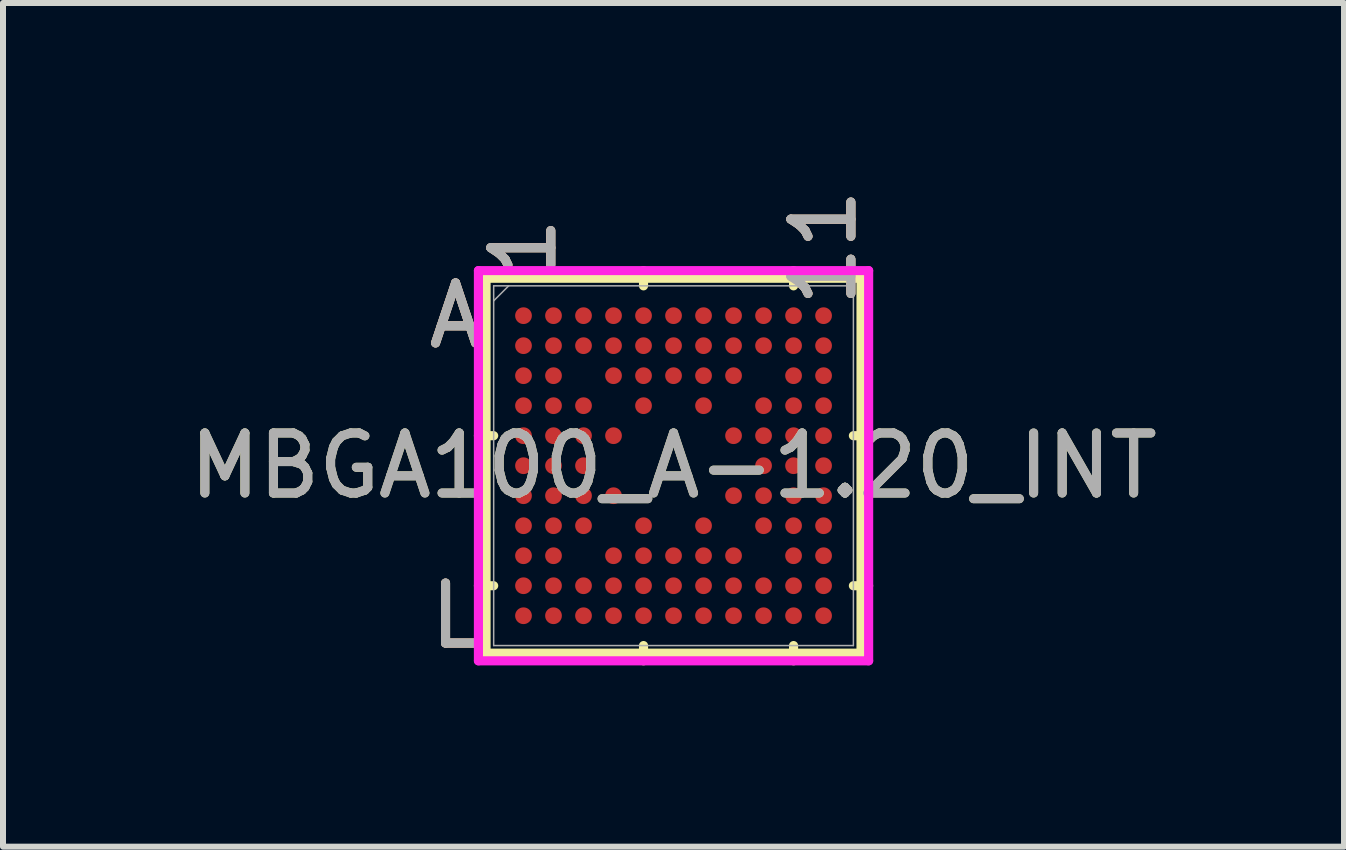
<source format=kicad_pcb>
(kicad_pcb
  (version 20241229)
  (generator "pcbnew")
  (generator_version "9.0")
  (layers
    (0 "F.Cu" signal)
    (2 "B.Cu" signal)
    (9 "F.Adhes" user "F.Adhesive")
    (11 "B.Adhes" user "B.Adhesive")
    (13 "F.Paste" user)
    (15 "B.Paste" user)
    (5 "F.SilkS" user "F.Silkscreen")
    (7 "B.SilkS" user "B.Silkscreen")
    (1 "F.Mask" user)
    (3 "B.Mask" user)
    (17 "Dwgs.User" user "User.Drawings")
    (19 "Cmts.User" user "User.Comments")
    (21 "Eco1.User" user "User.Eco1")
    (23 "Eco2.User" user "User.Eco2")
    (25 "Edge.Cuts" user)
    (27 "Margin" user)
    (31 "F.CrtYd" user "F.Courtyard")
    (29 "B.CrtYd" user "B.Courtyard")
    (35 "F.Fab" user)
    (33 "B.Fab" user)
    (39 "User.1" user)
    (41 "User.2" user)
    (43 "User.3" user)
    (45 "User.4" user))
  (footprint "MBGA100_A-1.20_INT"
    (layer "F.Cu")
    (at 8.173 4.71)
    (property "Reference" "MBGA100_A-1.20_INT" (at 0 0 0) (unlocked yes) (layer "F.SilkS") (effects (font (size 1 1) (thickness 0.15))))
    (attr smd)
    (fp_line (start -3.124 -3.124) (end -3.124 3.124) (stroke (width 0.152) (type solid)) (layer "F.SilkS"))
    (fp_line (start -3.124 3.124) (end 3.124 3.124) (stroke (width 0.152) (type solid)) (layer "F.SilkS"))
    (fp_line (start -2.997 -0.5) (end -3.251 -0.5) (stroke (width 0.152) (type solid)) (layer "F.SilkS"))
    (fp_line (start -2.997 2) (end -3.251 2) (stroke (width 0.152) (type solid)) (layer "F.SilkS"))
    (fp_line (start -0.5 -2.997) (end -0.5 -3.251) (stroke (width 0.152) (type solid)) (layer "F.SilkS"))
    (fp_line (start -0.5 2.997) (end -0.5 3.251) (stroke (width 0.152) (type solid)) (layer "F.SilkS"))
    (fp_line (start 2 -2.997) (end 2 -3.251) (stroke (width 0.152) (type solid)) (layer "F.SilkS"))
    (fp_line (start 2 2.997) (end 2 3.251) (stroke (width 0.152) (type solid)) (layer "F.SilkS"))
    (fp_line (start 2.997 -0.5) (end 3.251 -0.5) (stroke (width 0.152) (type solid)) (layer "F.SilkS"))
    (fp_line (start 2.997 2) (end 3.251 2) (stroke (width 0.152) (type solid)) (layer "F.SilkS"))
    (fp_line (start 3.124 -3.124) (end -3.124 -3.124) (stroke (width 0.152) (type solid)) (layer "F.SilkS"))
    (fp_line (start 3.124 3.124) (end 3.124 -3.124) (stroke (width 0.152) (type solid)) (layer "F.SilkS"))
    (fp_line (start -3.251 -3.251) (end 3.251 -3.251) (stroke (width 0.152) (type solid)) (layer "F.CrtYd"))
    (fp_line (start -3.251 3.251) (end -3.251 -3.251) (stroke (width 0.152) (type solid)) (layer "F.CrtYd"))
    (fp_line (start 3.251 -3.251) (end 3.251 3.251) (stroke (width 0.152) (type solid)) (layer "F.CrtYd"))
    (fp_line (start 3.251 3.251) (end -3.251 3.251) (stroke (width 0.152) (type solid)) (layer "F.CrtYd"))
    (fp_line (start -2.997 -2.997) (end -2.997 2.997) (stroke (width 0.025) (type solid)) (layer "F.Fab"))
    (fp_line (start -2.997 2.997) (end 2.997 2.997) (stroke (width 0.025) (type solid)) (layer "F.Fab"))
    (fp_line (start -2.747 -2.997) (end -2.997 -2.747) (stroke (width 0.025) (type solid)) (layer "F.Fab"))
    (fp_line (start 2.997 -2.997) (end -2.997 -2.997) (stroke (width 0.025) (type solid)) (layer "F.Fab"))
    (fp_line (start 2.997 2.997) (end 2.997 -2.997) (stroke (width 0.025) (type solid)) (layer "F.Fab"))
    (fp_text user "11" (at 2.5 -3.632 90) (unlocked yes) (layer "F.SilkS") (effects (font (size 1 1) (thickness 0.15))))
    (fp_text user "1" (at -2.5 -3.632 90) (unlocked yes) (layer "F.SilkS") (effects (font (size 1 1) (thickness 0.15))))
    (fp_text user "A" (at -3.632 -2.5 0) (unlocked yes) (layer "F.SilkS") (effects (font (size 1 1) (thickness 0.15))))
    (fp_text user "L" (at -3.632 2.5 0) (unlocked yes) (layer "F.SilkS") (effects (font (size 1 1) (thickness 0.15))))
    (fp_text user "11" (at 2.5 -3.632 90) (unlocked yes) (layer "B.SilkS") (effects (font (size 1 1) (thickness 0.15))))
    (fp_text user "1" (at -2.5 -3.632 90) (unlocked yes) (layer "B.SilkS") (effects (font (size 1 1) (thickness 0.15))))
    (fp_text user "A" (at -3.632 -2.5 0) (unlocked yes) (layer "B.SilkS") (effects (font (size 1 1) (thickness 0.15))))
    (fp_text user "L" (at -3.632 2.5 0) (unlocked yes) (layer "B.SilkS") (effects (font (size 1 1) (thickness 0.15))))
    (fp_text user "11" (at 2.5 -3.632 90) (unlocked yes) (layer "F.Fab") (effects (font (size 1 1) (thickness 0.15))))
    (fp_text user "L" (at -3.632 2.5 0) (unlocked yes) (layer "F.Fab") (effects (font (size 1 1) (thickness 0.15))))
    (fp_text user "${REFERENCE}" (at 0 0 0) (unlocked yes) (layer "F.Fab") (effects (font (size 1 1) (thickness 0.15))))
    (fp_text user "A" (at -3.632 -2.5 0) (unlocked yes) (layer "F.Fab") (effects (font (size 1 1) (thickness 0.15))))
    (fp_text user "1" (at -2.5 -3.632 90) (unlocked yes) (layer "F.Fab") (effects (font (size 1 1) (thickness 0.15))))
    (pad "A1" smd circle (at -2.5 -2.5) (size 0.279 0.279) (layers "F.Cu" "F.Mask" "F.Paste"))
    (pad "A2" smd circle (at -2 -2.5) (size 0.279 0.279) (layers "F.Cu" "F.Mask" "F.Paste"))
    (pad "A3" smd circle (at -1.5 -2.5) (size 0.279 0.279) (layers "F.Cu" "F.Mask" "F.Paste"))
    (pad "A4" smd circle (at -1 -2.5) (size 0.279 0.279) (layers "F.Cu" "F.Mask" "F.Paste"))
    (pad "A5" smd circle (at -0.5 -2.5) (size 0.279 0.279) (layers "F.Cu" "F.Mask" "F.Paste"))
    (pad "A6" smd circle (at 0 -2.5) (size 0.279 0.279) (layers "F.Cu" "F.Mask" "F.Paste"))
    (pad "A7" smd circle (at 0.5 -2.5) (size 0.279 0.279) (layers "F.Cu" "F.Mask" "F.Paste"))
    (pad "A8" smd circle (at 1 -2.5) (size 0.279 0.279) (layers "F.Cu" "F.Mask" "F.Paste"))
    (pad "A9" smd circle (at 1.5 -2.5) (size 0.279 0.279) (layers "F.Cu" "F.Mask" "F.Paste"))
    (pad "A10" smd circle (at 2 -2.5) (size 0.279 0.279) (layers "F.Cu" "F.Mask" "F.Paste"))
    (pad "A11" smd circle (at 2.5 -2.5) (size 0.279 0.279) (layers "F.Cu" "F.Mask" "F.Paste"))
    (pad "B1" smd circle (at -2.5 -2) (size 0.279 0.279) (layers "F.Cu" "F.Mask" "F.Paste"))
    (pad "B2" smd circle (at -2 -2) (size 0.279 0.279) (layers "F.Cu" "F.Mask" "F.Paste"))
    (pad "B3" smd circle (at -1.5 -2) (size 0.279 0.279) (layers "F.Cu" "F.Mask" "F.Paste"))
    (pad "B4" smd circle (at -1 -2) (size 0.279 0.279) (layers "F.Cu" "F.Mask" "F.Paste"))
    (pad "B5" smd circle (at -0.5 -2) (size 0.279 0.279) (layers "F.Cu" "F.Mask" "F.Paste"))
    (pad "B6" smd circle (at 0 -2) (size 0.279 0.279) (layers "F.Cu" "F.Mask" "F.Paste"))
    (pad "B7" smd circle (at 0.5 -2) (size 0.279 0.279) (layers "F.Cu" "F.Mask" "F.Paste"))
    (pad "B8" smd circle (at 1 -2) (size 0.279 0.279) (layers "F.Cu" "F.Mask" "F.Paste"))
    (pad "B9" smd circle (at 1.5 -2) (size 0.279 0.279) (layers "F.Cu" "F.Mask" "F.Paste"))
    (pad "B10" smd circle (at 2 -2) (size 0.279 0.279) (layers "F.Cu" "F.Mask" "F.Paste"))
    (pad "B11" smd circle (at 2.5 -2) (size 0.279 0.279) (layers "F.Cu" "F.Mask" "F.Paste"))
    (pad "C1" smd circle (at -2.5 -1.5) (size 0.279 0.279) (layers "F.Cu" "F.Mask" "F.Paste"))
    (pad "C2" smd circle (at -2 -1.5) (size 0.279 0.279) (layers "F.Cu" "F.Mask" "F.Paste"))
    (pad "C4" smd circle (at -1 -1.5) (size 0.279 0.279) (layers "F.Cu" "F.Mask" "F.Paste"))
    (pad "C5" smd circle (at -0.5 -1.5) (size 0.279 0.279) (layers "F.Cu" "F.Mask" "F.Paste"))
    (pad "C6" smd circle (at 0 -1.5) (size 0.279 0.279) (layers "F.Cu" "F.Mask" "F.Paste"))
    (pad "C7" smd circle (at 0.5 -1.5) (size 0.279 0.279) (layers "F.Cu" "F.Mask" "F.Paste"))
    (pad "C8" smd circle (at 1 -1.5) (size 0.279 0.279) (layers "F.Cu" "F.Mask" "F.Paste"))
    (pad "C10" smd circle (at 2 -1.5) (size 0.279 0.279) (layers "F.Cu" "F.Mask" "F.Paste"))
    (pad "C11" smd circle (at 2.5 -1.5) (size 0.279 0.279) (layers "F.Cu" "F.Mask" "F.Paste"))
    (pad "D1" smd circle (at -2.5 -1) (size 0.279 0.279) (layers "F.Cu" "F.Mask" "F.Paste"))
    (pad "D2" smd circle (at -2 -1) (size 0.279 0.279) (layers "F.Cu" "F.Mask" "F.Paste"))
    (pad "D3" smd circle (at -1.5 -1) (size 0.279 0.279) (layers "F.Cu" "F.Mask" "F.Paste"))
    (pad "D5" smd circle (at -0.5 -1) (size 0.279 0.279) (layers "F.Cu" "F.Mask" "F.Paste"))
    (pad "D7" smd circle (at 0.5 -1) (size 0.279 0.279) (layers "F.Cu" "F.Mask" "F.Paste"))
    (pad "D9" smd circle (at 1.5 -1) (size 0.279 0.279) (layers "F.Cu" "F.Mask" "F.Paste"))
    (pad "D10" smd circle (at 2 -1) (size 0.279 0.279) (layers "F.Cu" "F.Mask" "F.Paste"))
    (pad "D11" smd circle (at 2.5 -1) (size 0.279 0.279) (layers "F.Cu" "F.Mask" "F.Paste"))
    (pad "E1" smd circle (at -2.5 -0.5) (size 0.279 0.279) (layers "F.Cu" "F.Mask" "F.Paste"))
    (pad "E2" smd circle (at -2 -0.5) (size 0.279 0.279) (layers "F.Cu" "F.Mask" "F.Paste"))
    (pad "E3" smd circle (at -1.5 -0.5) (size 0.279 0.279) (layers "F.Cu" "F.Mask" "F.Paste"))
    (pad "E4" smd circle (at -1 -0.5) (size 0.279 0.279) (layers "F.Cu" "F.Mask" "F.Paste"))
    (pad "E8" smd circle (at 1 -0.5) (size 0.279 0.279) (layers "F.Cu" "F.Mask" "F.Paste"))
    (pad "E9" smd circle (at 1.5 -0.5) (size 0.279 0.279) (layers "F.Cu" "F.Mask" "F.Paste"))
    (pad "E10" smd circle (at 2 -0.5) (size 0.279 0.279) (layers "F.Cu" "F.Mask" "F.Paste"))
    (pad "E11" smd circle (at 2.5 -0.5) (size 0.279 0.279) (layers "F.Cu" "F.Mask" "F.Paste"))
    (pad "F1" smd circle (at -2.5 0) (size 0.279 0.279) (layers "F.Cu" "F.Mask" "F.Paste"))
    (pad "F2" smd circle (at -2 0) (size 0.279 0.279) (layers "F.Cu" "F.Mask" "F.Paste"))
    (pad "F3" smd circle (at -1.5 0) (size 0.279 0.279) (layers "F.Cu" "F.Mask" "F.Paste"))
    (pad "F9" smd circle (at 1.5 0) (size 0.279 0.279) (layers "F.Cu" "F.Mask" "F.Paste"))
    (pad "F10" smd circle (at 2 0) (size 0.279 0.279) (layers "F.Cu" "F.Mask" "F.Paste"))
    (pad "F11" smd circle (at 2.5 0) (size 0.279 0.279) (layers "F.Cu" "F.Mask" "F.Paste"))
    (pad "G1" smd circle (at -2.5 0.5) (size 0.279 0.279) (layers "F.Cu" "F.Mask" "F.Paste"))
    (pad "G2" smd circle (at -2 0.5) (size 0.279 0.279) (layers "F.Cu" "F.Mask" "F.Paste"))
    (pad "G3" smd circle (at -1.5 0.5) (size 0.279 0.279) (layers "F.Cu" "F.Mask" "F.Paste"))
    (pad "G4" smd circle (at -1 0.5) (size 0.279 0.279) (layers "F.Cu" "F.Mask" "F.Paste"))
    (pad "G8" smd circle (at 1 0.5) (size 0.279 0.279) (layers "F.Cu" "F.Mask" "F.Paste"))
    (pad "G9" smd circle (at 1.5 0.5) (size 0.279 0.279) (layers "F.Cu" "F.Mask" "F.Paste"))
    (pad "G10" smd circle (at 2 0.5) (size 0.279 0.279) (layers "F.Cu" "F.Mask" "F.Paste"))
    (pad "G11" smd circle (at 2.5 0.5) (size 0.279 0.279) (layers "F.Cu" "F.Mask" "F.Paste"))
    (pad "H1" smd circle (at -2.5 1) (size 0.279 0.279) (layers "F.Cu" "F.Mask" "F.Paste"))
    (pad "H2" smd circle (at -2 1) (size 0.279 0.279) (layers "F.Cu" "F.Mask" "F.Paste"))
    (pad "H3" smd circle (at -1.5 1) (size 0.279 0.279) (layers "F.Cu" "F.Mask" "F.Paste"))
    (pad "H5" smd circle (at -0.5 1) (size 0.279 0.279) (layers "F.Cu" "F.Mask" "F.Paste"))
    (pad "H7" smd circle (at 0.5 1) (size 0.279 0.279) (layers "F.Cu" "F.Mask" "F.Paste"))
    (pad "H9" smd circle (at 1.5 1) (size 0.279 0.279) (layers "F.Cu" "F.Mask" "F.Paste"))
    (pad "H10" smd circle (at 2 1) (size 0.279 0.279) (layers "F.Cu" "F.Mask" "F.Paste"))
    (pad "H11" smd circle (at 2.5 1) (size 0.279 0.279) (layers "F.Cu" "F.Mask" "F.Paste"))
    (pad "J1" smd circle (at -2.5 1.5) (size 0.279 0.279) (layers "F.Cu" "F.Mask" "F.Paste"))
    (pad "J2" smd circle (at -2 1.5) (size 0.279 0.279) (layers "F.Cu" "F.Mask" "F.Paste"))
    (pad "J4" smd circle (at -1 1.5) (size 0.279 0.279) (layers "F.Cu" "F.Mask" "F.Paste"))
    (pad "J5" smd circle (at -0.5 1.5) (size 0.279 0.279) (layers "F.Cu" "F.Mask" "F.Paste"))
    (pad "J6" smd circle (at 0 1.5) (size 0.279 0.279) (layers "F.Cu" "F.Mask" "F.Paste"))
    (pad "J7" smd circle (at 0.5 1.5) (size 0.279 0.279) (layers "F.Cu" "F.Mask" "F.Paste"))
    (pad "J8" smd circle (at 1 1.5) (size 0.279 0.279) (layers "F.Cu" "F.Mask" "F.Paste"))
    (pad "J10" smd circle (at 2 1.5) (size 0.279 0.279) (layers "F.Cu" "F.Mask" "F.Paste"))
    (pad "J11" smd circle (at 2.5 1.5) (size 0.279 0.279) (layers "F.Cu" "F.Mask" "F.Paste"))
    (pad "K1" smd circle (at -2.5 2) (size 0.279 0.279) (layers "F.Cu" "F.Mask" "F.Paste"))
    (pad "K2" smd circle (at -2 2) (size 0.279 0.279) (layers "F.Cu" "F.Mask" "F.Paste"))
    (pad "K3" smd circle (at -1.5 2) (size 0.279 0.279) (layers "F.Cu" "F.Mask" "F.Paste"))
    (pad "K4" smd circle (at -1 2) (size 0.279 0.279) (layers "F.Cu" "F.Mask" "F.Paste"))
    (pad "K5" smd circle (at -0.5 2) (size 0.279 0.279) (layers "F.Cu" "F.Mask" "F.Paste"))
    (pad "K6" smd circle (at 0 2) (size 0.279 0.279) (layers "F.Cu" "F.Mask" "F.Paste"))
    (pad "K7" smd circle (at 0.5 2) (size 0.279 0.279) (layers "F.Cu" "F.Mask" "F.Paste"))
    (pad "K8" smd circle (at 1 2) (size 0.279 0.279) (layers "F.Cu" "F.Mask" "F.Paste"))
    (pad "K9" smd circle (at 1.5 2) (size 0.279 0.279) (layers "F.Cu" "F.Mask" "F.Paste"))
    (pad "K10" smd circle (at 2 2) (size 0.279 0.279) (layers "F.Cu" "F.Mask" "F.Paste"))
    (pad "K11" smd circle (at 2.5 2) (size 0.279 0.279) (layers "F.Cu" "F.Mask" "F.Paste"))
    (pad "L1" smd circle (at -2.5 2.5) (size 0.279 0.279) (layers "F.Cu" "F.Mask" "F.Paste"))
    (pad "L2" smd circle (at -2 2.5) (size 0.279 0.279) (layers "F.Cu" "F.Mask" "F.Paste"))
    (pad "L3" smd circle (at -1.5 2.5) (size 0.279 0.279) (layers "F.Cu" "F.Mask" "F.Paste"))
    (pad "L4" smd circle (at -1 2.5) (size 0.279 0.279) (layers "F.Cu" "F.Mask" "F.Paste"))
    (pad "L5" smd circle (at -0.5 2.5) (size 0.279 0.279) (layers "F.Cu" "F.Mask" "F.Paste"))
    (pad "L6" smd circle (at 0 2.5) (size 0.279 0.279) (layers "F.Cu" "F.Mask" "F.Paste"))
    (pad "L7" smd circle (at 0.5 2.5) (size 0.279 0.279) (layers "F.Cu" "F.Mask" "F.Paste"))
    (pad "L8" smd circle (at 1 2.5) (size 0.279 0.279) (layers "F.Cu" "F.Mask" "F.Paste"))
    (pad "L9" smd circle (at 1.5 2.5) (size 0.279 0.279) (layers "F.Cu" "F.Mask" "F.Paste"))
    (pad "L10" smd circle (at 2 2.5) (size 0.279 0.279) (layers "F.Cu" "F.Mask" "F.Paste"))
    (pad "L11" smd circle (at 2.5 2.5) (size 0.279 0.279) (layers "F.Cu" "F.Mask" "F.Paste")))
  (gr_rect
    (start -3 -3)
    (end 19.345 11.058)
    (stroke (width 0.1) (type default))
    (fill no)
    (layer "Edge.Cuts")))
</source>
